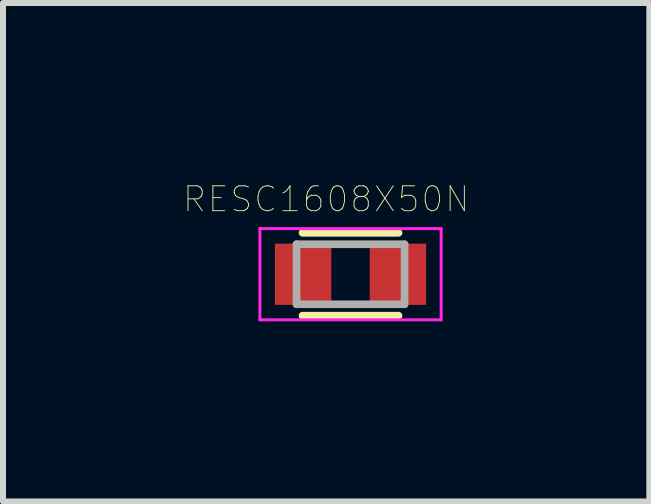
<source format=kicad_pcb>
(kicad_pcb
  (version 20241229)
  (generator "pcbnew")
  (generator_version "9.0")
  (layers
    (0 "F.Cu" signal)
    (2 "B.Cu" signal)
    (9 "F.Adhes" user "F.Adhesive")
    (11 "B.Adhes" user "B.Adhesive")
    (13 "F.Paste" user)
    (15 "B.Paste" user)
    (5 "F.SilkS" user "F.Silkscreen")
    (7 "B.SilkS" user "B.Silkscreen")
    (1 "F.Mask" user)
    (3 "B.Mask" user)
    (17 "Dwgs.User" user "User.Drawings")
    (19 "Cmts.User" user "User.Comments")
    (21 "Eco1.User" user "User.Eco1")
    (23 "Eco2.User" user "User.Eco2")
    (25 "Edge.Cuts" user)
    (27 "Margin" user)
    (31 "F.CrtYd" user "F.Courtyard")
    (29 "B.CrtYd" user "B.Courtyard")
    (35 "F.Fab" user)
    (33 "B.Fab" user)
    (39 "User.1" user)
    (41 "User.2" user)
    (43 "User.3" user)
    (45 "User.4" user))
  (footprint "RESC1608X50N"
    (layer "F.Cu")
    (at 2.79 1.519)
    (property "Reference" "RESC1608X50N" (at -0.406 -1.25 0) (layer "F.SilkS") (effects (font (size 0.415 0.415) (thickness 0.015))))
    (attr through_hole)
    (fp_line (start -0.8 -0.69) (end 0.8 -0.69) (stroke (width 0.127) (type solid)) (layer "F.SilkS"))
    (fp_line (start -0.8 0.69) (end 0.8 0.69) (stroke (width 0.127) (type solid)) (layer "F.SilkS"))
    (fp_line (start -1.51 -0.76) (end 1.51 -0.76) (stroke (width 0.05) (type solid)) (layer "F.CrtYd"))
    (fp_line (start -1.51 0.76) (end -1.51 -0.76) (stroke (width 0.05) (type solid)) (layer "F.CrtYd"))
    (fp_line (start 1.51 -0.76) (end 1.51 0.76) (stroke (width 0.05) (type solid)) (layer "F.CrtYd"))
    (fp_line (start 1.51 0.76) (end -1.51 0.76) (stroke (width 0.05) (type solid)) (layer "F.CrtYd"))
    (fp_line (start -0.9 -0.5) (end -0.9 0.5) (stroke (width 0.127) (type solid)) (layer "F.Fab"))
    (fp_line (start -0.9 -0.5) (end 0.9 -0.5) (stroke (width 0.127) (type solid)) (layer "F.Fab"))
    (fp_line (start -0.9 0.5) (end 0.9 0.5) (stroke (width 0.127) (type solid)) (layer "F.Fab"))
    (fp_line (start 0.9 -0.5) (end 0.9 0.5) (stroke (width 0.127) (type solid)) (layer "F.Fab"))
    (pad "1" smd rect (at -0.79 0) (size 0.94 1.02) (layers "F.Cu" "F.Mask" "F.Paste"))
    (pad "2" smd rect (at 0.79 0) (size 0.94 1.02) (layers "F.Cu" "F.Mask" "F.Paste")))
  (gr_rect
    (start -3 -3)
    (end 7.768 5.304)
    (stroke (width 0.1) (type default))
    (fill no)
    (layer "Edge.Cuts")))
</source>
